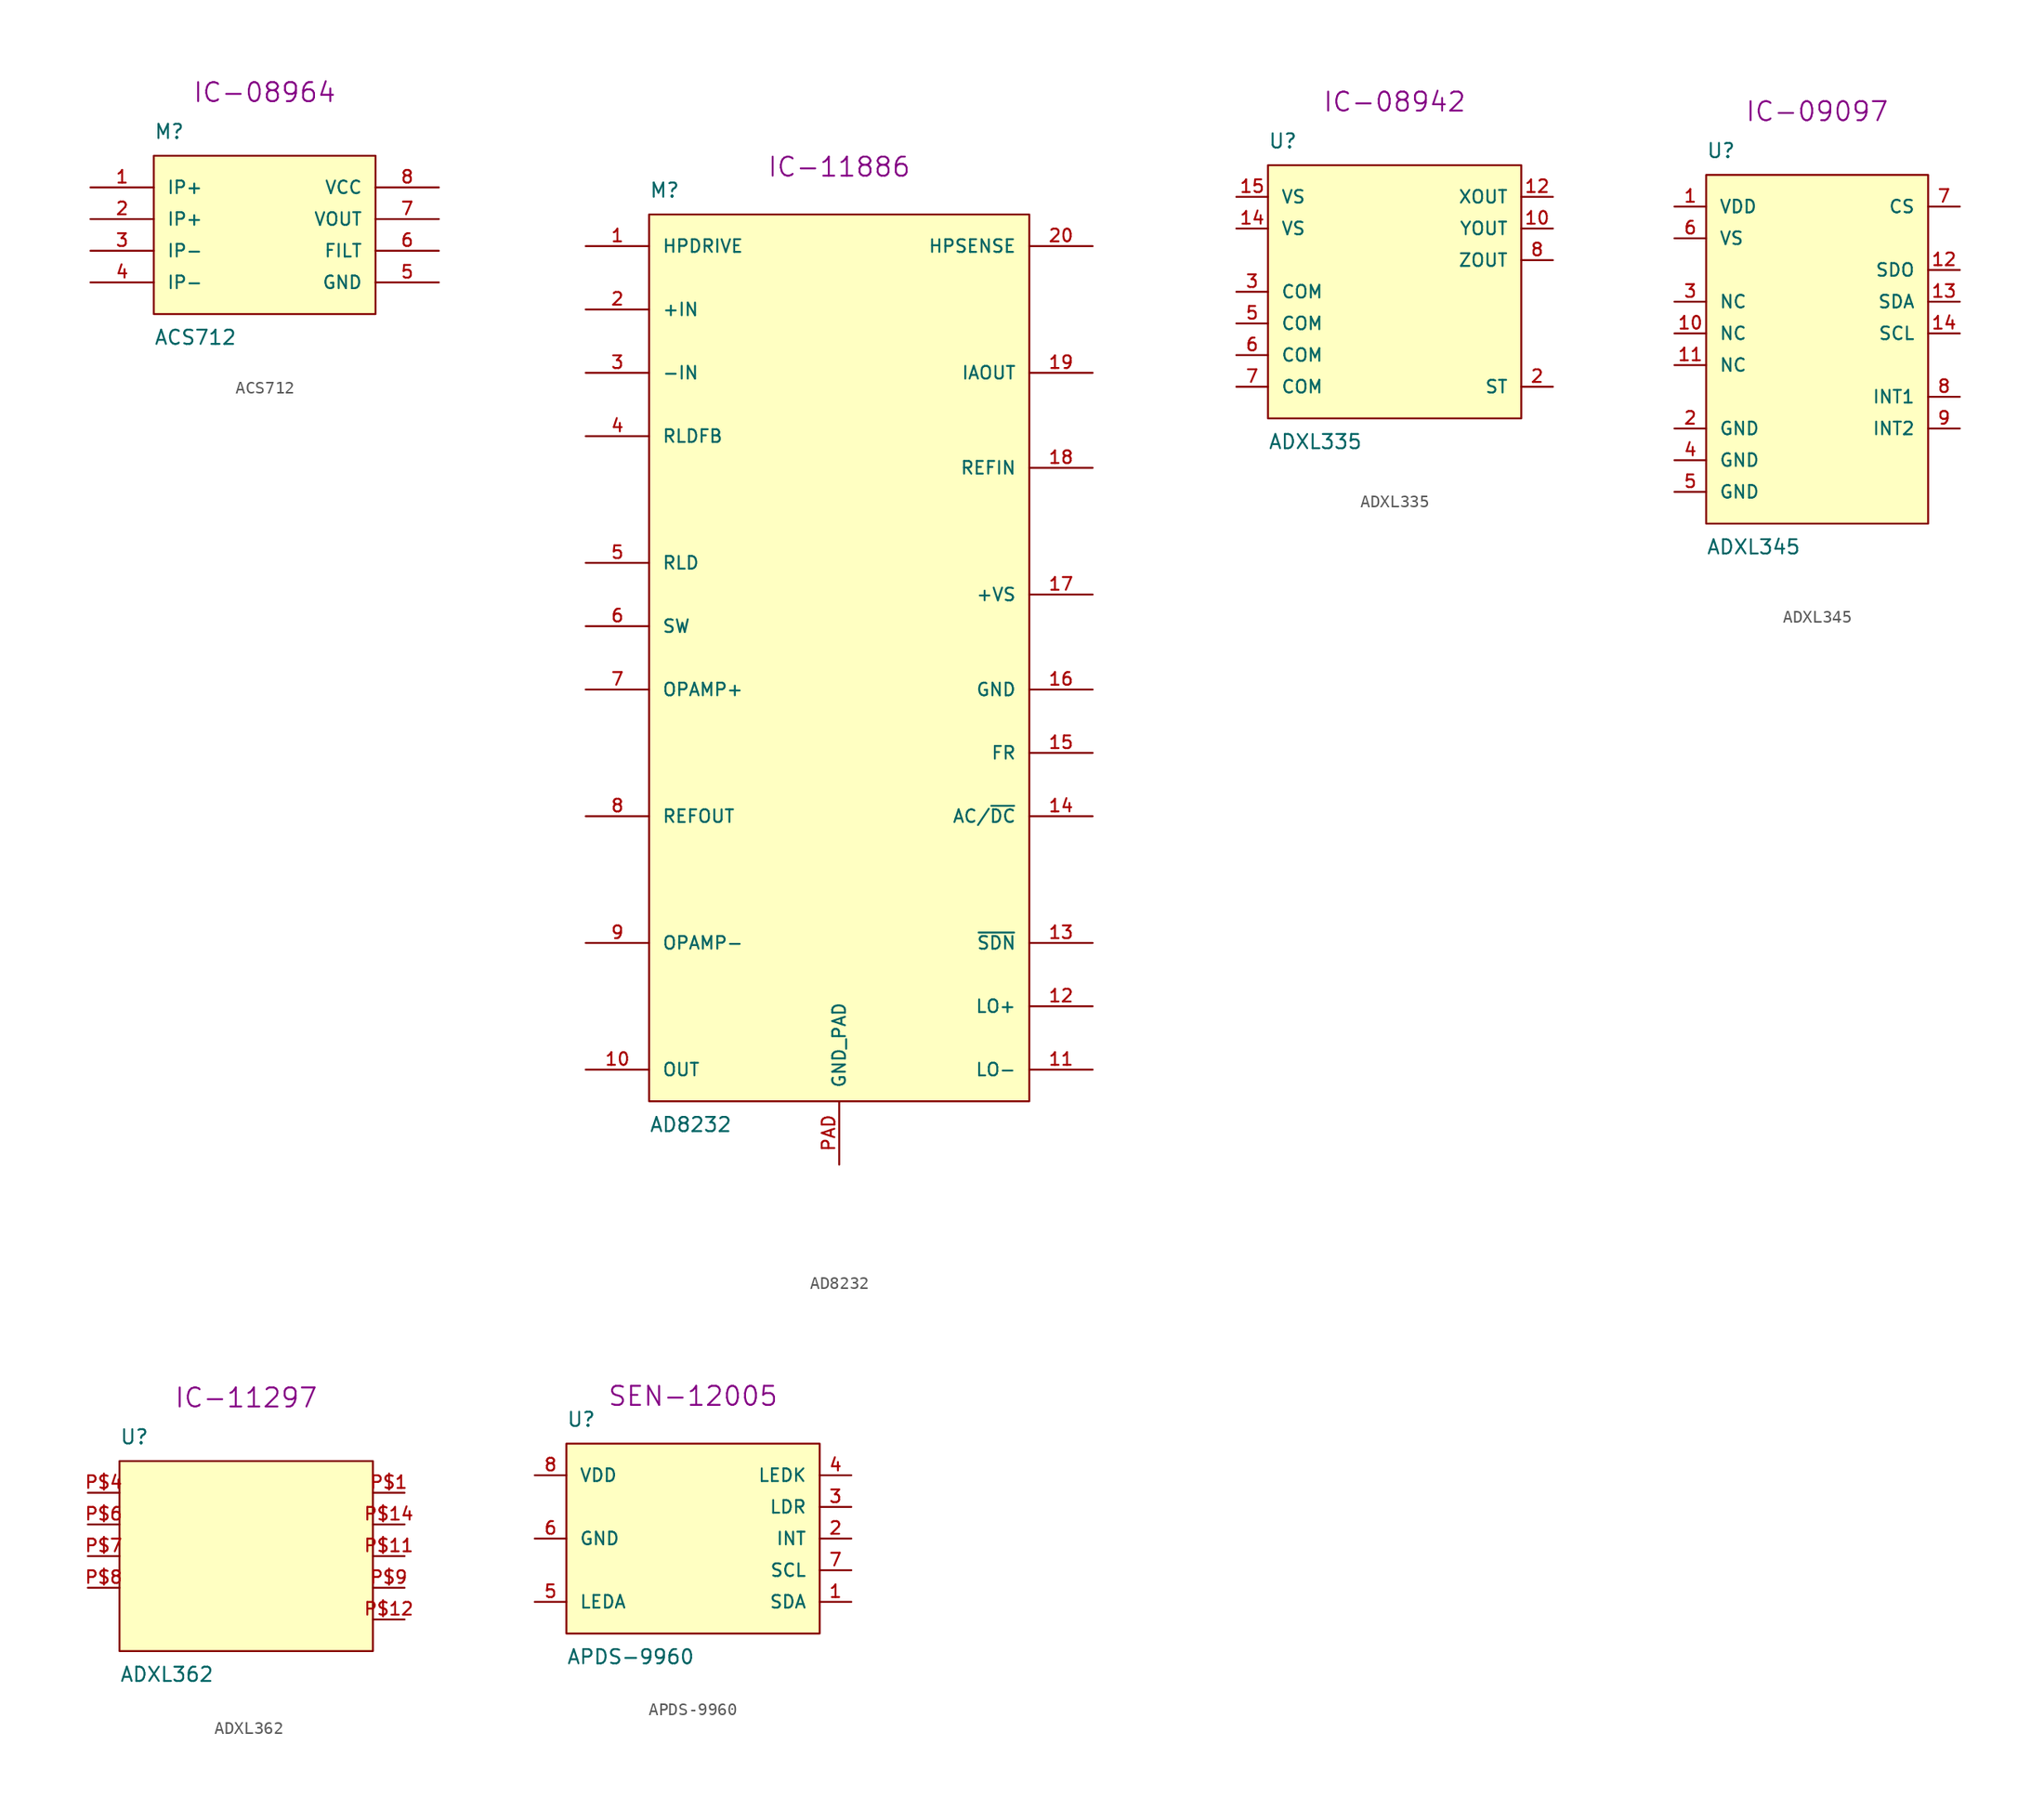
<source format=kicad_sym>
(kicad_symbol_lib
  (version 20220914)
  (generator kicad_symbol_editor)
  (symbol "ACS712"
    (pin_names
      (offset 1.016))
    (property "Reference" "M"
      (at -8.89 8.89 0)
      (effects (font (size 1.143 1.143)) (justify left bottom)))
    (property "Value" "ACS712"
      (at -8.89 -7.62 0)
      (effects (font (size 1.143 1.143)) (justify left bottom)))
    (property "Field4" "IC-08964"
      (at 0 12.7 0)
      (effects (font (size 1.524 1.524))))
    (property "ki_locked" ""
      (at 0 0 0)
      (effects (font (size 1.27 1.27))))
    (symbol "ACS712_1_1"
      (polyline (pts (xy -8.89 -5.08) (xy -8.89 7.62) (xy 8.89 7.62) (xy 8.89 -5.08) (xy -8.89 -5.08)) (stroke (width 0) (type solid)) (fill (type background)))
      (pin bidirectional line (at -13.97 5.08 0) (length 5.08) (name "IP+" (effects (font (size 1.016 1.016)))) (number "1" (effects (font (size 1.016 1.016)))))
      (pin bidirectional line (at -13.97 2.54 0) (length 5.08) (name "IP+" (effects (font (size 1.016 1.016)))) (number "2" (effects (font (size 1.016 1.016)))))
      (pin bidirectional line (at -13.97 0 0) (length 5.08) (name "IP-" (effects (font (size 1.016 1.016)))) (number "3" (effects (font (size 1.016 1.016)))))
      (pin bidirectional line (at -13.97 -2.54 0) (length 5.08) (name "IP-" (effects (font (size 1.016 1.016)))) (number "4" (effects (font (size 1.016 1.016)))))
      (pin bidirectional line (at 13.97 -2.54 180) (length 5.08) (name "GND" (effects (font (size 1.016 1.016)))) (number "5" (effects (font (size 1.016 1.016)))))
      (pin bidirectional line (at 13.97 0 180) (length 5.08) (name "FILT" (effects (font (size 1.016 1.016)))) (number "6" (effects (font (size 1.016 1.016)))))
      (pin bidirectional line (at 13.97 2.54 180) (length 5.08) (name "VOUT" (effects (font (size 1.016 1.016)))) (number "7" (effects (font (size 1.016 1.016)))))
      (pin bidirectional line (at 13.97 5.08 180) (length 5.08) (name "VCC" (effects (font (size 1.016 1.016)))) (number "8" (effects (font (size 1.016 1.016)))))))
  (symbol "AD8232"
    (pin_names
      (offset 1.016))
    (property "Reference" "M"
      (at -15.24 44.45 0)
      (effects (font (size 1.143 1.143)) (justify left bottom)))
    (property "Value" "AD8232"
      (at -15.24 -30.48 0)
      (effects (font (size 1.143 1.143)) (justify left bottom)))
    (property "Field4" "IC-11886"
      (at 0 46.99 0)
      (effects (font (size 1.524 1.524))))
    (property "ki_locked" ""
      (at 0 0 0)
      (effects (font (size 1.27 1.27))))
    (symbol "AD8232_1_1"
      (polyline (pts (xy -15.24 43.18) (xy 15.24 43.18) (xy 15.24 -27.94) (xy -15.24 -27.94) (xy -15.24 43.18)) (stroke (width 0) (type solid)) (fill (type background)))
      (pin bidirectional line (at -20.32 40.64 0) (length 5.08) (name "HPDRIVE" (effects (font (size 1.016 1.016)))) (number "1" (effects (font (size 1.016 1.016)))))
      (pin bidirectional line (at -20.32 -25.4 0) (length 5.08) (name "OUT" (effects (font (size 1.016 1.016)))) (number "10" (effects (font (size 1.016 1.016)))))
      (pin bidirectional line (at 20.32 -25.4 180) (length 5.08) (name "LO-" (effects (font (size 1.016 1.016)))) (number "11" (effects (font (size 1.016 1.016)))))
      (pin bidirectional line (at 20.32 -20.32 180) (length 5.08) (name "LO+" (effects (font (size 1.016 1.016)))) (number "12" (effects (font (size 1.016 1.016)))))
      (pin bidirectional line (at 20.32 -15.24 180) (length 5.08) (name "~{SDN}" (effects (font (size 1.016 1.016)))) (number "13" (effects (font (size 1.016 1.016)))))
      (pin bidirectional line (at 20.32 -5.08 180) (length 5.08) (name "AC/~{DC}" (effects (font (size 1.016 1.016)))) (number "14" (effects (font (size 1.016 1.016)))))
      (pin bidirectional line (at 20.32 0 180) (length 5.08) (name "FR" (effects (font (size 1.016 1.016)))) (number "15" (effects (font (size 1.016 1.016)))))
      (pin bidirectional line (at 20.32 5.08 180) (length 5.08) (name "GND" (effects (font (size 1.016 1.016)))) (number "16" (effects (font (size 1.016 1.016)))))
      (pin bidirectional line (at 20.32 12.7 180) (length 5.08) (name "+VS" (effects (font (size 1.016 1.016)))) (number "17" (effects (font (size 1.016 1.016)))))
      (pin bidirectional line (at 20.32 22.86 180) (length 5.08) (name "REFIN" (effects (font (size 1.016 1.016)))) (number "18" (effects (font (size 1.016 1.016)))))
      (pin bidirectional line (at 20.32 30.48 180) (length 5.08) (name "IAOUT" (effects (font (size 1.016 1.016)))) (number "19" (effects (font (size 1.016 1.016)))))
      (pin bidirectional line (at -20.32 35.56 0) (length 5.08) (name "+IN" (effects (font (size 1.016 1.016)))) (number "2" (effects (font (size 1.016 1.016)))))
      (pin bidirectional line (at 20.32 40.64 180) (length 5.08) (name "HPSENSE" (effects (font (size 1.016 1.016)))) (number "20" (effects (font (size 1.016 1.016)))))
      (pin bidirectional line (at -20.32 30.48 0) (length 5.08) (name "-IN" (effects (font (size 1.016 1.016)))) (number "3" (effects (font (size 1.016 1.016)))))
      (pin bidirectional line (at -20.32 25.4 0) (length 5.08) (name "RLDFB" (effects (font (size 1.016 1.016)))) (number "4" (effects (font (size 1.016 1.016)))))
      (pin bidirectional line (at -20.32 15.24 0) (length 5.08) (name "RLD" (effects (font (size 1.016 1.016)))) (number "5" (effects (font (size 1.016 1.016)))))
      (pin bidirectional line (at -20.32 10.16 0) (length 5.08) (name "SW" (effects (font (size 1.016 1.016)))) (number "6" (effects (font (size 1.016 1.016)))))
      (pin bidirectional line (at -20.32 5.08 0) (length 5.08) (name "OPAMP+" (effects (font (size 1.016 1.016)))) (number "7" (effects (font (size 1.016 1.016)))))
      (pin bidirectional line (at -20.32 -5.08 0) (length 5.08) (name "REFOUT" (effects (font (size 1.016 1.016)))) (number "8" (effects (font (size 1.016 1.016)))))
      (pin bidirectional line (at -20.32 -15.24 0) (length 5.08) (name "OPAMP-" (effects (font (size 1.016 1.016)))) (number "9" (effects (font (size 1.016 1.016)))))
      (pin bidirectional line (at 0 -33.02 90) (length 5.08) (name "GND_PAD" (effects (font (size 1.016 1.016)))) (number "PAD" (effects (font (size 1.016 1.016)))))))
  (symbol "ADXL335"
    (pin_names
      (offset 1.016))
    (property "Reference" "U"
      (at -10.16 11.43 0)
      (effects (font (size 1.143 1.143)) (justify left bottom)))
    (property "Value" "ADXL335"
      (at -10.16 -12.7 0)
      (effects (font (size 1.143 1.143)) (justify left bottom)))
    (property "Field4" "IC-08942"
      (at 0 15.24 0)
      (effects (font (size 1.524 1.524))))
    (property "ki_locked" ""
      (at 0 0 0)
      (effects (font (size 1.27 1.27))))
    (symbol "ADXL335_1_1"
      (polyline (pts (xy -10.16 10.16) (xy 10.16 10.16) (xy 10.16 -10.16) (xy -10.16 -10.16) (xy -10.16 10.16)) (stroke (width 0) (type solid)) (fill (type background)))
      (pin bidirectional line (at 12.7 5.08 180) (length 2.54) (name "YOUT" (effects (font (size 1.016 1.016)))) (number "10" (effects (font (size 1.016 1.016)))))
      (pin bidirectional line (at 12.7 7.62 180) (length 2.54) (name "XOUT" (effects (font (size 1.016 1.016)))) (number "12" (effects (font (size 1.016 1.016)))))
      (pin bidirectional line (at -12.7 5.08 0) (length 2.54) (name "VS" (effects (font (size 1.016 1.016)))) (number "14" (effects (font (size 1.016 1.016)))))
      (pin bidirectional line (at -12.7 7.62 0) (length 2.54) (name "VS" (effects (font (size 1.016 1.016)))) (number "15" (effects (font (size 1.016 1.016)))))
      (pin bidirectional line (at 12.7 -7.62 180) (length 2.54) (name "ST" (effects (font (size 1.016 1.016)))) (number "2" (effects (font (size 1.016 1.016)))))
      (pin bidirectional line (at -12.7 0 0) (length 2.54) (name "COM" (effects (font (size 1.016 1.016)))) (number "3" (effects (font (size 1.016 1.016)))))
      (pin bidirectional line (at -12.7 -2.54 0) (length 2.54) (name "COM" (effects (font (size 1.016 1.016)))) (number "5" (effects (font (size 1.016 1.016)))))
      (pin bidirectional line (at -12.7 -5.08 0) (length 2.54) (name "COM" (effects (font (size 1.016 1.016)))) (number "6" (effects (font (size 1.016 1.016)))))
      (pin bidirectional line (at -12.7 -7.62 0) (length 2.54) (name "COM" (effects (font (size 1.016 1.016)))) (number "7" (effects (font (size 1.016 1.016)))))
      (pin bidirectional line (at 12.7 2.54 180) (length 2.54) (name "ZOUT" (effects (font (size 1.016 1.016)))) (number "8" (effects (font (size 1.016 1.016)))))))
  (symbol "ADXL345"
    (pin_names
      (offset 1.016))
    (property "Reference" "U"
      (at -8.89 13.97 0)
      (effects (font (size 1.143 1.143)) (justify left bottom)))
    (property "Value" "ADXL345"
      (at -8.89 -17.78 0)
      (effects (font (size 1.143 1.143)) (justify left bottom)))
    (property "Field4" "IC-09097"
      (at 0 17.78 0)
      (effects (font (size 1.524 1.524))))
    (property "ki_locked" ""
      (at 0 0 0)
      (effects (font (size 1.27 1.27))))
    (symbol "ADXL345_1_1"
      (polyline (pts (xy -8.89 12.7) (xy 8.89 12.7) (xy 8.89 -15.24) (xy -8.89 -15.24) (xy -8.89 12.7)) (stroke (width 0) (type solid)) (fill (type background)))
      (pin bidirectional line (at -11.43 10.16 0) (length 2.54) (name "VDD" (effects (font (size 1.016 1.016)))) (number "1" (effects (font (size 1.016 1.016)))))
      (pin bidirectional line (at -11.43 0 0) (length 2.54) (name "NC" (effects (font (size 1.016 1.016)))) (number "10" (effects (font (size 1.016 1.016)))))
      (pin bidirectional line (at -11.43 -2.54 0) (length 2.54) (name "NC" (effects (font (size 1.016 1.016)))) (number "11" (effects (font (size 1.016 1.016)))))
      (pin bidirectional line (at 11.43 5.08 180) (length 2.54) (name "SDO" (effects (font (size 1.016 1.016)))) (number "12" (effects (font (size 1.016 1.016)))))
      (pin bidirectional line (at 11.43 2.54 180) (length 2.54) (name "SDA" (effects (font (size 1.016 1.016)))) (number "13" (effects (font (size 1.016 1.016)))))
      (pin bidirectional line (at 11.43 0 180) (length 2.54) (name "SCL" (effects (font (size 1.016 1.016)))) (number "14" (effects (font (size 1.016 1.016)))))
      (pin bidirectional line (at -11.43 -7.62 0) (length 2.54) (name "GND" (effects (font (size 1.016 1.016)))) (number "2" (effects (font (size 1.016 1.016)))))
      (pin bidirectional line (at -11.43 2.54 0) (length 2.54) (name "NC" (effects (font (size 1.016 1.016)))) (number "3" (effects (font (size 1.016 1.016)))))
      (pin bidirectional line (at -11.43 -10.16 0) (length 2.54) (name "GND" (effects (font (size 1.016 1.016)))) (number "4" (effects (font (size 1.016 1.016)))))
      (pin bidirectional line (at -11.43 -12.7 0) (length 2.54) (name "GND" (effects (font (size 1.016 1.016)))) (number "5" (effects (font (size 1.016 1.016)))))
      (pin bidirectional line (at -11.43 7.62 0) (length 2.54) (name "VS" (effects (font (size 1.016 1.016)))) (number "6" (effects (font (size 1.016 1.016)))))
      (pin bidirectional line (at 11.43 10.16 180) (length 2.54) (name "CS" (effects (font (size 1.016 1.016)))) (number "7" (effects (font (size 1.016 1.016)))))
      (pin bidirectional line (at 11.43 -5.08 180) (length 2.54) (name "INT1" (effects (font (size 1.016 1.016)))) (number "8" (effects (font (size 1.016 1.016)))))
      (pin bidirectional line (at 11.43 -7.62 180) (length 2.54) (name "INT2" (effects (font (size 1.016 1.016)))) (number "9" (effects (font (size 1.016 1.016)))))))
  (symbol "ADXL362"
    (pin_names
      (offset 1.016) hide)
    (property "Reference" "U"
      (at -10.16 8.89 0)
      (effects (font (size 1.143 1.143)) (justify left bottom)))
    (property "Value" "ADXL362"
      (at -10.16 -10.16 0)
      (effects (font (size 1.143 1.143)) (justify left bottom)))
    (property "Field4" "IC-11297"
      (at 0 12.7 0)
      (effects (font (size 1.524 1.524))))
    (property "ki_locked" ""
      (at 0 0 0)
      (effects (font (size 1.27 1.27))))
    (symbol "ADXL362_1_1"
      (polyline (pts (xy -10.16 7.62) (xy -10.16 -7.62) (xy 10.16 -7.62) (xy 10.16 7.62) (xy -10.16 7.62)) (stroke (width 0) (type solid)) (fill (type background)))
      (pin bidirectional line (at 12.7 5.08 180) (length 2.54) (name "VDDIO" (effects (font (size 1.016 1.016)))) (number "P$1" (effects (font (size 1.016 1.016)))))
      (pin bidirectional line (at 12.7 0 180) (length 2.54) (name "INT1" (effects (font (size 1.016 1.016)))) (number "P$11" (effects (font (size 1.016 1.016)))))
      (pin bidirectional line (at 12.7 -5.08 180) (length 2.54) (name "GND" (effects (font (size 1.016 1.016)))) (number "P$12" (effects (font (size 1.016 1.016)))))
      (pin bidirectional line (at 12.7 -5.08 180) (length 2.54) hide (name "GND" (effects (font (size 1.016 1.016)))) (number "P$13" (effects (font (size 1.016 1.016)))))
      (pin bidirectional line (at 12.7 2.54 180) (length 2.54) (name "VS" (effects (font (size 1.016 1.016)))) (number "P$14" (effects (font (size 1.016 1.016)))))
      (pin bidirectional line (at 12.7 -5.08 180) (length 2.54) hide (name "GND" (effects (font (size 1.016 1.016)))) (number "P$16" (effects (font (size 1.016 1.016)))))
      (pin bidirectional line (at -12.7 5.08 0) (length 2.54) (name "SCLK" (effects (font (size 1.016 1.016)))) (number "P$4" (effects (font (size 1.016 1.016)))))
      (pin bidirectional line (at -12.7 2.54 0) (length 2.54) (name "MOSI" (effects (font (size 1.016 1.016)))) (number "P$6" (effects (font (size 1.016 1.016)))))
      (pin bidirectional line (at -12.7 0 0) (length 2.54) (name "MISO" (effects (font (size 1.016 1.016)))) (number "P$7" (effects (font (size 1.016 1.016)))))
      (pin bidirectional line (at -12.7 -2.54 0) (length 2.54) (name "~{CS}" (effects (font (size 1.016 1.016)))) (number "P$8" (effects (font (size 1.016 1.016)))))
      (pin bidirectional line (at 12.7 -2.54 180) (length 2.54) (name "INT2" (effects (font (size 1.016 1.016)))) (number "P$9" (effects (font (size 1.016 1.016)))))))
  (symbol "APDS-9960"
    (pin_names
      (offset 1.016))
    (property "Reference" "U"
      (at -10.16 8.89 0)
      (effects (font (size 1.143 1.143)) (justify left bottom)))
    (property "Value" "APDS-9960"
      (at -10.16 -10.16 0)
      (effects (font (size 1.143 1.143)) (justify left bottom)))
    (property "Field4" "SEN-12005"
      (at 0 11.43 0)
      (effects (font (size 1.524 1.524))))
    (property "ki_locked" ""
      (at 0 0 0)
      (effects (font (size 1.27 1.27))))
    (symbol "APDS-9960_1_1"
      (polyline (pts (xy -10.16 7.62) (xy 10.16 7.62) (xy 10.16 -7.62) (xy -10.16 -7.62) (xy -10.16 7.62)) (stroke (width 0) (type solid)) (fill (type background)))
      (pin bidirectional line (at 12.7 -5.08 180) (length 2.54) (name "SDA" (effects (font (size 1.016 1.016)))) (number "1" (effects (font (size 1.016 1.016)))))
      (pin bidirectional line (at 12.7 0 180) (length 2.54) (name "INT" (effects (font (size 1.016 1.016)))) (number "2" (effects (font (size 1.016 1.016)))))
      (pin bidirectional line (at 12.7 2.54 180) (length 2.54) (name "LDR" (effects (font (size 1.016 1.016)))) (number "3" (effects (font (size 1.016 1.016)))))
      (pin bidirectional line (at 12.7 5.08 180) (length 2.54) (name "LEDK" (effects (font (size 1.016 1.016)))) (number "4" (effects (font (size 1.016 1.016)))))
      (pin bidirectional line (at -12.7 -5.08 0) (length 2.54) (name "LEDA" (effects (font (size 1.016 1.016)))) (number "5" (effects (font (size 1.016 1.016)))))
      (pin bidirectional line (at -12.7 0 0) (length 2.54) (name "GND" (effects (font (size 1.016 1.016)))) (number "6" (effects (font (size 1.016 1.016)))))
      (pin bidirectional line (at 12.7 -2.54 180) (length 2.54) (name "SCL" (effects (font (size 1.016 1.016)))) (number "7" (effects (font (size 1.016 1.016)))))
      (pin bidirectional line (at -12.7 5.08 0) (length 2.54) (name "VDD" (effects (font (size 1.016 1.016)))) (number "8" (effects (font (size 1.016 1.016))))))))
</source>
